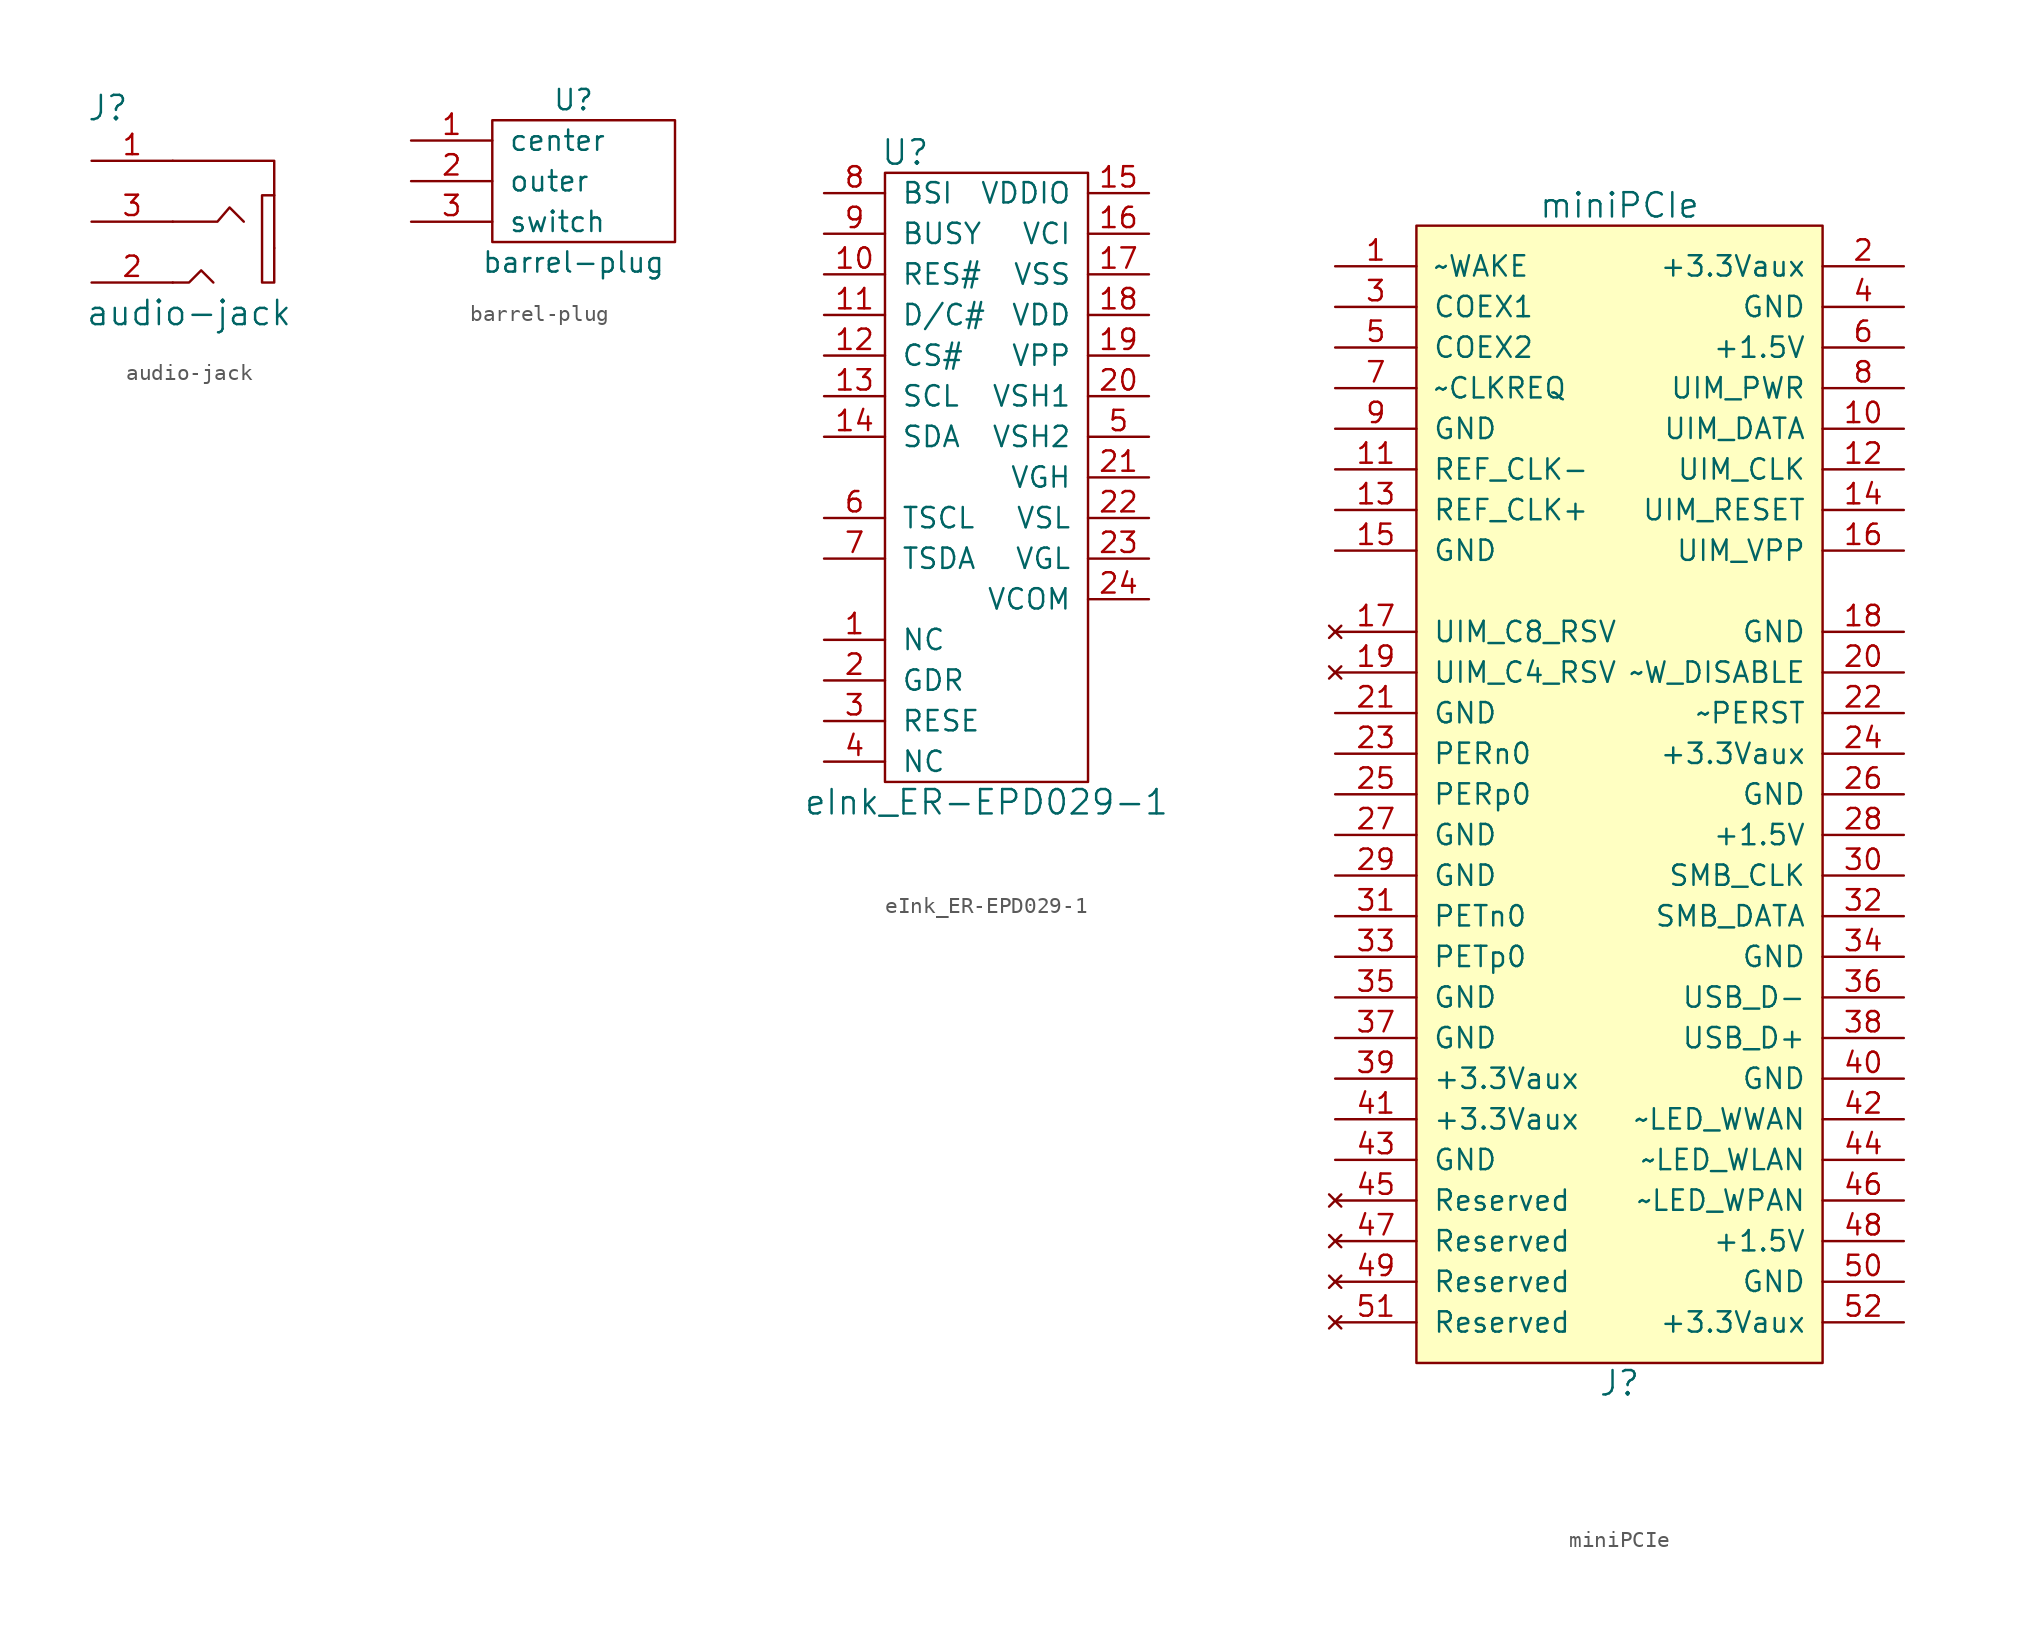
<source format=kicad_sym>
(kicad_symbol_lib
  (version 20210619)
  (generator kicad_symbol_editor)
  (symbol "tinkerforge:audio-jack"
    (pin_names
      (offset 1.016))
    (property "Reference" "J"
      (at -10.414 7.112 0)
      (effects (font (size 1.524 1.524))))
    (property "Value" "audio-jack"
      (at -5.334 -5.715 0)
      (effects (font (size 1.524 1.524))))
    (property "Footprint" ""
      (at 0 0 0)
      (effects (font (size 1.524 1.524))))
    (property "Datasheet" ""
      (at 0 0 0)
      (effects (font (size 1.524 1.524))))
    (symbol "audio-jack_0_1"
      (polyline (pts (xy -6.35 3.81) (xy 0 3.81) (xy 0 -1.651)) (stroke (width 0)) (fill (type none)))
      (polyline (pts (xy -6.35 -3.81) (xy -5.334 -3.81) (xy -4.572 -3.048) (xy -3.81 -3.81)) (stroke (width 0)) (fill (type none)))
      (polyline (pts (xy -6.35 0) (xy -3.556 0) (xy -2.794 0.889) (xy -1.905 0)) (stroke (width 0)) (fill (type none)))
      (polyline (pts (xy 0 1.651) (xy -0.762 1.651) (xy -0.762 -3.81) (xy 0 -3.81) (xy 0 -1.651)) (stroke (width 0)) (fill (type none))))
    (symbol "audio-jack_1_1"
      (pin passive line (at -11.43 3.81 0) (length 5.08) (name "~" (effects (font (size 1.27 1.27)))) (number "1" (effects (font (size 1.27 1.27)))))
      (pin passive line (at -11.43 -3.81 0) (length 5.08) (name "~" (effects (font (size 1.27 1.27)))) (number "2" (effects (font (size 1.27 1.27)))))
      (pin passive line (at -11.43 0 0) (length 5.08) (name "~" (effects (font (size 1.27 1.27)))) (number "3" (effects (font (size 1.27 1.27)))))))
  (symbol "tinkerforge:barrel-plug"
    (pin_names
      (offset 1.016))
    (property "Reference" "U"
      (at 0 5.08 0)
      (effects (font (size 1.27 1.27))))
    (property "Value" "barrel-plug"
      (at 0 -5.08 0)
      (effects (font (size 1.27 1.27))))
    (symbol "barrel-plug_0_1"
      (rectangle (start -5.08 3.81) (end 6.35 -3.81) (stroke (width 0)) (fill (type none))))
    (symbol "barrel-plug_1_1"
      (pin input line (at -10.16 2.54 0) (length 5.08) (name "center" (effects (font (size 1.27 1.27)))) (number "1" (effects (font (size 1.27 1.27)))))
      (pin input line (at -10.16 0 0) (length 5.08) (name "outer" (effects (font (size 1.27 1.27)))) (number "2" (effects (font (size 1.27 1.27)))))
      (pin input line (at -10.16 -2.54 0) (length 5.08) (name "switch" (effects (font (size 1.27 1.27)))) (number "3" (effects (font (size 1.27 1.27)))))))
  (symbol "tinkerforge:eInk_ER-EPD029-1"
    (pin_names
      (offset 1.016))
    (property "Reference" "U"
      (at -5.08 20.32 0)
      (effects (font (size 1.524 1.524))))
    (property "Value" "eInk_ER-EPD029-1"
      (at 0 -20.32 0)
      (effects (font (size 1.524 1.524))))
    (property "Footprint" ""
      (at -6.35 16.51 0)
      (effects (font (size 1.524 1.524))))
    (property "Datasheet" ""
      (at -6.35 16.51 0)
      (effects (font (size 1.524 1.524))))
    (symbol "eInk_ER-EPD029-1_0_1"
      (rectangle (start -6.35 19.05) (end 6.35 -19.05) (stroke (width 0)) (fill (type none))))
    (symbol "eInk_ER-EPD029-1_1_1"
      (pin passive line (at -10.16 -10.16 0) (length 3.81) (name "NC" (effects (font (size 1.27 1.27)))) (number "1" (effects (font (size 1.27 1.27)))))
      (pin passive line (at -10.16 12.7 0) (length 3.81) (name "RES#" (effects (font (size 1.27 1.27)))) (number "10" (effects (font (size 1.27 1.27)))))
      (pin passive line (at -10.16 10.16 0) (length 3.81) (name "D/C#" (effects (font (size 1.27 1.27)))) (number "11" (effects (font (size 1.27 1.27)))))
      (pin passive line (at -10.16 7.62 0) (length 3.81) (name "CS#" (effects (font (size 1.27 1.27)))) (number "12" (effects (font (size 1.27 1.27)))))
      (pin passive line (at -10.16 5.08 0) (length 3.81) (name "SCL" (effects (font (size 1.27 1.27)))) (number "13" (effects (font (size 1.27 1.27)))))
      (pin passive line (at -10.16 2.54 0) (length 3.81) (name "SDA" (effects (font (size 1.27 1.27)))) (number "14" (effects (font (size 1.27 1.27)))))
      (pin passive line (at 10.16 17.78 180) (length 3.81) (name "VDDIO" (effects (font (size 1.27 1.27)))) (number "15" (effects (font (size 1.27 1.27)))))
      (pin passive line (at 10.16 15.24 180) (length 3.81) (name "VCI" (effects (font (size 1.27 1.27)))) (number "16" (effects (font (size 1.27 1.27)))))
      (pin passive line (at 10.16 12.7 180) (length 3.81) (name "VSS" (effects (font (size 1.27 1.27)))) (number "17" (effects (font (size 1.27 1.27)))))
      (pin passive line (at 10.16 10.16 180) (length 3.81) (name "VDD" (effects (font (size 1.27 1.27)))) (number "18" (effects (font (size 1.27 1.27)))))
      (pin passive line (at 10.16 7.62 180) (length 3.81) (name "VPP" (effects (font (size 1.27 1.27)))) (number "19" (effects (font (size 1.27 1.27)))))
      (pin passive line (at -10.16 -12.7 0) (length 3.81) (name "GDR" (effects (font (size 1.27 1.27)))) (number "2" (effects (font (size 1.27 1.27)))))
      (pin passive line (at 10.16 5.08 180) (length 3.81) (name "VSH1" (effects (font (size 1.27 1.27)))) (number "20" (effects (font (size 1.27 1.27)))))
      (pin passive line (at 10.16 0 180) (length 3.81) (name "VGH" (effects (font (size 1.27 1.27)))) (number "21" (effects (font (size 1.27 1.27)))))
      (pin passive line (at 10.16 -2.54 180) (length 3.81) (name "VSL" (effects (font (size 1.27 1.27)))) (number "22" (effects (font (size 1.27 1.27)))))
      (pin passive line (at 10.16 -5.08 180) (length 3.81) (name "VGL" (effects (font (size 1.27 1.27)))) (number "23" (effects (font (size 1.27 1.27)))))
      (pin passive line (at 10.16 -7.62 180) (length 3.81) (name "VCOM" (effects (font (size 1.27 1.27)))) (number "24" (effects (font (size 1.27 1.27)))))
      (pin passive line (at -10.16 -15.24 0) (length 3.81) (name "RESE" (effects (font (size 1.27 1.27)))) (number "3" (effects (font (size 1.27 1.27)))))
      (pin passive line (at -10.16 -17.78 0) (length 3.81) (name "NC" (effects (font (size 1.27 1.27)))) (number "4" (effects (font (size 1.27 1.27)))))
      (pin passive line (at 10.16 2.54 180) (length 3.81) (name "VSH2" (effects (font (size 1.27 1.27)))) (number "5" (effects (font (size 1.27 1.27)))))
      (pin passive line (at -10.16 -2.54 0) (length 3.81) (name "TSCL" (effects (font (size 1.27 1.27)))) (number "6" (effects (font (size 1.27 1.27)))))
      (pin passive line (at -10.16 -5.08 0) (length 3.81) (name "TSDA" (effects (font (size 1.27 1.27)))) (number "7" (effects (font (size 1.27 1.27)))))
      (pin passive line (at -10.16 17.78 0) (length 3.81) (name "BSI" (effects (font (size 1.27 1.27)))) (number "8" (effects (font (size 1.27 1.27)))))
      (pin passive line (at -10.16 15.24 0) (length 3.81) (name "BUSY" (effects (font (size 1.27 1.27)))) (number "9" (effects (font (size 1.27 1.27)))))))
  (symbol "tinkerforge:miniPCIe"
    (pin_names
      (offset 1.016))
    (property "Reference" "J"
      (at 0 -38.1 0)
      (effects (font (size 1.524 1.524))))
    (property "Value" "miniPCIe"
      (at 0 35.56 0)
      (effects (font (size 1.524 1.524))))
    (symbol "miniPCIe_0_1"
      (rectangle (start -12.7 -36.83) (end 12.7 34.29) (stroke (width 0)) (fill (type background))))
    (symbol "miniPCIe_1_1"
      (pin output line (at -17.78 31.75 0) (length 5.08) (name "~WAKE" (effects (font (size 1.27 1.27)))) (number "1" (effects (font (size 1.27 1.27)))))
      (pin bidirectional line (at 17.78 21.59 180) (length 5.08) (name "UIM_DATA" (effects (font (size 1.27 1.27)))) (number "10" (effects (font (size 1.27 1.27)))))
      (pin input line (at -17.78 19.05 0) (length 5.08) (name "REF_CLK-" (effects (font (size 1.27 1.27)))) (number "11" (effects (font (size 1.27 1.27)))))
      (pin output line (at 17.78 19.05 180) (length 5.08) (name "UIM_CLK" (effects (font (size 1.27 1.27)))) (number "12" (effects (font (size 1.27 1.27)))))
      (pin input line (at -17.78 16.51 0) (length 5.08) (name "REF_CLK+" (effects (font (size 1.27 1.27)))) (number "13" (effects (font (size 1.27 1.27)))))
      (pin output line (at 17.78 16.51 180) (length 5.08) (name "UIM_RESET" (effects (font (size 1.27 1.27)))) (number "14" (effects (font (size 1.27 1.27)))))
      (pin power_in line (at -17.78 13.97 0) (length 5.08) (name "GND" (effects (font (size 1.27 1.27)))) (number "15" (effects (font (size 1.27 1.27)))))
      (pin power_out line (at 17.78 13.97 180) (length 5.08) (name "UIM_VPP" (effects (font (size 1.27 1.27)))) (number "16" (effects (font (size 1.27 1.27)))))
      (pin no_connect line (at -17.78 8.89 0) (length 5.08) (name "UIM_C8_RSV" (effects (font (size 1.27 1.27)))) (number "17" (effects (font (size 1.27 1.27)))))
      (pin power_in line (at 17.78 8.89 180) (length 5.08) (name "GND" (effects (font (size 1.27 1.27)))) (number "18" (effects (font (size 1.27 1.27)))))
      (pin no_connect line (at -17.78 6.35 0) (length 5.08) (name "UIM_C4_RSV" (effects (font (size 1.27 1.27)))) (number "19" (effects (font (size 1.27 1.27)))))
      (pin power_in line (at 17.78 31.75 180) (length 5.08) (name "+3.3Vaux" (effects (font (size 1.27 1.27)))) (number "2" (effects (font (size 1.27 1.27)))))
      (pin input line (at 17.78 6.35 180) (length 5.08) (name "~W_DISABLE" (effects (font (size 1.27 1.27)))) (number "20" (effects (font (size 1.27 1.27)))))
      (pin power_in line (at -17.78 3.81 0) (length 5.08) (name "GND" (effects (font (size 1.27 1.27)))) (number "21" (effects (font (size 1.27 1.27)))))
      (pin input line (at 17.78 3.81 180) (length 5.08) (name "~PERST" (effects (font (size 1.27 1.27)))) (number "22" (effects (font (size 1.27 1.27)))))
      (pin bidirectional line (at -17.78 1.27 0) (length 5.08) (name "PERn0" (effects (font (size 1.27 1.27)))) (number "23" (effects (font (size 1.27 1.27)))))
      (pin power_in line (at 17.78 1.27 180) (length 5.08) (name "+3.3Vaux" (effects (font (size 1.27 1.27)))) (number "24" (effects (font (size 1.27 1.27)))))
      (pin bidirectional line (at -17.78 -1.27 0) (length 5.08) (name "PERp0" (effects (font (size 1.27 1.27)))) (number "25" (effects (font (size 1.27 1.27)))))
      (pin power_in line (at 17.78 -1.27 180) (length 5.08) (name "GND" (effects (font (size 1.27 1.27)))) (number "26" (effects (font (size 1.27 1.27)))))
      (pin power_in line (at -17.78 -3.81 0) (length 5.08) (name "GND" (effects (font (size 1.27 1.27)))) (number "27" (effects (font (size 1.27 1.27)))))
      (pin power_in line (at 17.78 -3.81 180) (length 5.08) (name "+1.5V" (effects (font (size 1.27 1.27)))) (number "28" (effects (font (size 1.27 1.27)))))
      (pin power_in line (at -17.78 -6.35 0) (length 5.08) (name "GND" (effects (font (size 1.27 1.27)))) (number "29" (effects (font (size 1.27 1.27)))))
      (pin unspecified line (at -17.78 29.21 0) (length 5.08) (name "COEX1" (effects (font (size 1.27 1.27)))) (number "3" (effects (font (size 1.27 1.27)))))
      (pin input line (at 17.78 -6.35 180) (length 5.08) (name "SMB_CLK" (effects (font (size 1.27 1.27)))) (number "30" (effects (font (size 1.27 1.27)))))
      (pin bidirectional line (at -17.78 -8.89 0) (length 5.08) (name "PETn0" (effects (font (size 1.27 1.27)))) (number "31" (effects (font (size 1.27 1.27)))))
      (pin bidirectional line (at 17.78 -8.89 180) (length 5.08) (name "SMB_DATA" (effects (font (size 1.27 1.27)))) (number "32" (effects (font (size 1.27 1.27)))))
      (pin bidirectional line (at -17.78 -11.43 0) (length 5.08) (name "PETp0" (effects (font (size 1.27 1.27)))) (number "33" (effects (font (size 1.27 1.27)))))
      (pin power_in line (at 17.78 -11.43 180) (length 5.08) (name "GND" (effects (font (size 1.27 1.27)))) (number "34" (effects (font (size 1.27 1.27)))))
      (pin power_in line (at -17.78 -13.97 0) (length 5.08) (name "GND" (effects (font (size 1.27 1.27)))) (number "35" (effects (font (size 1.27 1.27)))))
      (pin bidirectional line (at 17.78 -13.97 180) (length 5.08) (name "USB_D-" (effects (font (size 1.27 1.27)))) (number "36" (effects (font (size 1.27 1.27)))))
      (pin power_in line (at -17.78 -16.51 0) (length 5.08) (name "GND" (effects (font (size 1.27 1.27)))) (number "37" (effects (font (size 1.27 1.27)))))
      (pin bidirectional line (at 17.78 -16.51 180) (length 5.08) (name "USB_D+" (effects (font (size 1.27 1.27)))) (number "38" (effects (font (size 1.27 1.27)))))
      (pin power_in line (at -17.78 -19.05 0) (length 5.08) (name "+3.3Vaux" (effects (font (size 1.27 1.27)))) (number "39" (effects (font (size 1.27 1.27)))))
      (pin power_in line (at 17.78 29.21 180) (length 5.08) (name "GND" (effects (font (size 1.27 1.27)))) (number "4" (effects (font (size 1.27 1.27)))))
      (pin power_in line (at 17.78 -19.05 180) (length 5.08) (name "GND" (effects (font (size 1.27 1.27)))) (number "40" (effects (font (size 1.27 1.27)))))
      (pin power_in line (at -17.78 -21.59 0) (length 5.08) (name "+3.3Vaux" (effects (font (size 1.27 1.27)))) (number "41" (effects (font (size 1.27 1.27)))))
      (pin output line (at 17.78 -21.59 180) (length 5.08) (name "~LED_WWAN" (effects (font (size 1.27 1.27)))) (number "42" (effects (font (size 1.27 1.27)))))
      (pin power_in line (at -17.78 -24.13 0) (length 5.08) (name "GND" (effects (font (size 1.27 1.27)))) (number "43" (effects (font (size 1.27 1.27)))))
      (pin output line (at 17.78 -24.13 180) (length 5.08) (name "~LED_WLAN" (effects (font (size 1.27 1.27)))) (number "44" (effects (font (size 1.27 1.27)))))
      (pin no_connect line (at -17.78 -26.67 0) (length 5.08) (name "Reserved" (effects (font (size 1.27 1.27)))) (number "45" (effects (font (size 1.27 1.27)))))
      (pin output line (at 17.78 -26.67 180) (length 5.08) (name "~LED_WPAN" (effects (font (size 1.27 1.27)))) (number "46" (effects (font (size 1.27 1.27)))))
      (pin no_connect line (at -17.78 -29.21 0) (length 5.08) (name "Reserved" (effects (font (size 1.27 1.27)))) (number "47" (effects (font (size 1.27 1.27)))))
      (pin power_in line (at 17.78 -29.21 180) (length 5.08) (name "+1.5V" (effects (font (size 1.27 1.27)))) (number "48" (effects (font (size 1.27 1.27)))))
      (pin no_connect line (at -17.78 -31.75 0) (length 5.08) (name "Reserved" (effects (font (size 1.27 1.27)))) (number "49" (effects (font (size 1.27 1.27)))))
      (pin unspecified line (at -17.78 26.67 0) (length 5.08) (name "COEX2" (effects (font (size 1.27 1.27)))) (number "5" (effects (font (size 1.27 1.27)))))
      (pin power_in line (at 17.78 -31.75 180) (length 5.08) (name "GND" (effects (font (size 1.27 1.27)))) (number "50" (effects (font (size 1.27 1.27)))))
      (pin no_connect line (at -17.78 -34.29 0) (length 5.08) (name "Reserved" (effects (font (size 1.27 1.27)))) (number "51" (effects (font (size 1.27 1.27)))))
      (pin power_in line (at 17.78 -34.29 180) (length 5.08) (name "+3.3Vaux" (effects (font (size 1.27 1.27)))) (number "52" (effects (font (size 1.27 1.27)))))
      (pin power_in line (at 17.78 26.67 180) (length 5.08) (name "+1.5V" (effects (font (size 1.27 1.27)))) (number "6" (effects (font (size 1.27 1.27)))))
      (pin output line (at -17.78 24.13 0) (length 5.08) (name "~CLKREQ" (effects (font (size 1.27 1.27)))) (number "7" (effects (font (size 1.27 1.27)))))
      (pin power_out line (at 17.78 24.13 180) (length 5.08) (name "UIM_PWR" (effects (font (size 1.27 1.27)))) (number "8" (effects (font (size 1.27 1.27)))))
      (pin power_in line (at -17.78 21.59 0) (length 5.08) (name "GND" (effects (font (size 1.27 1.27)))) (number "9" (effects (font (size 1.27 1.27))))))))
</source>
